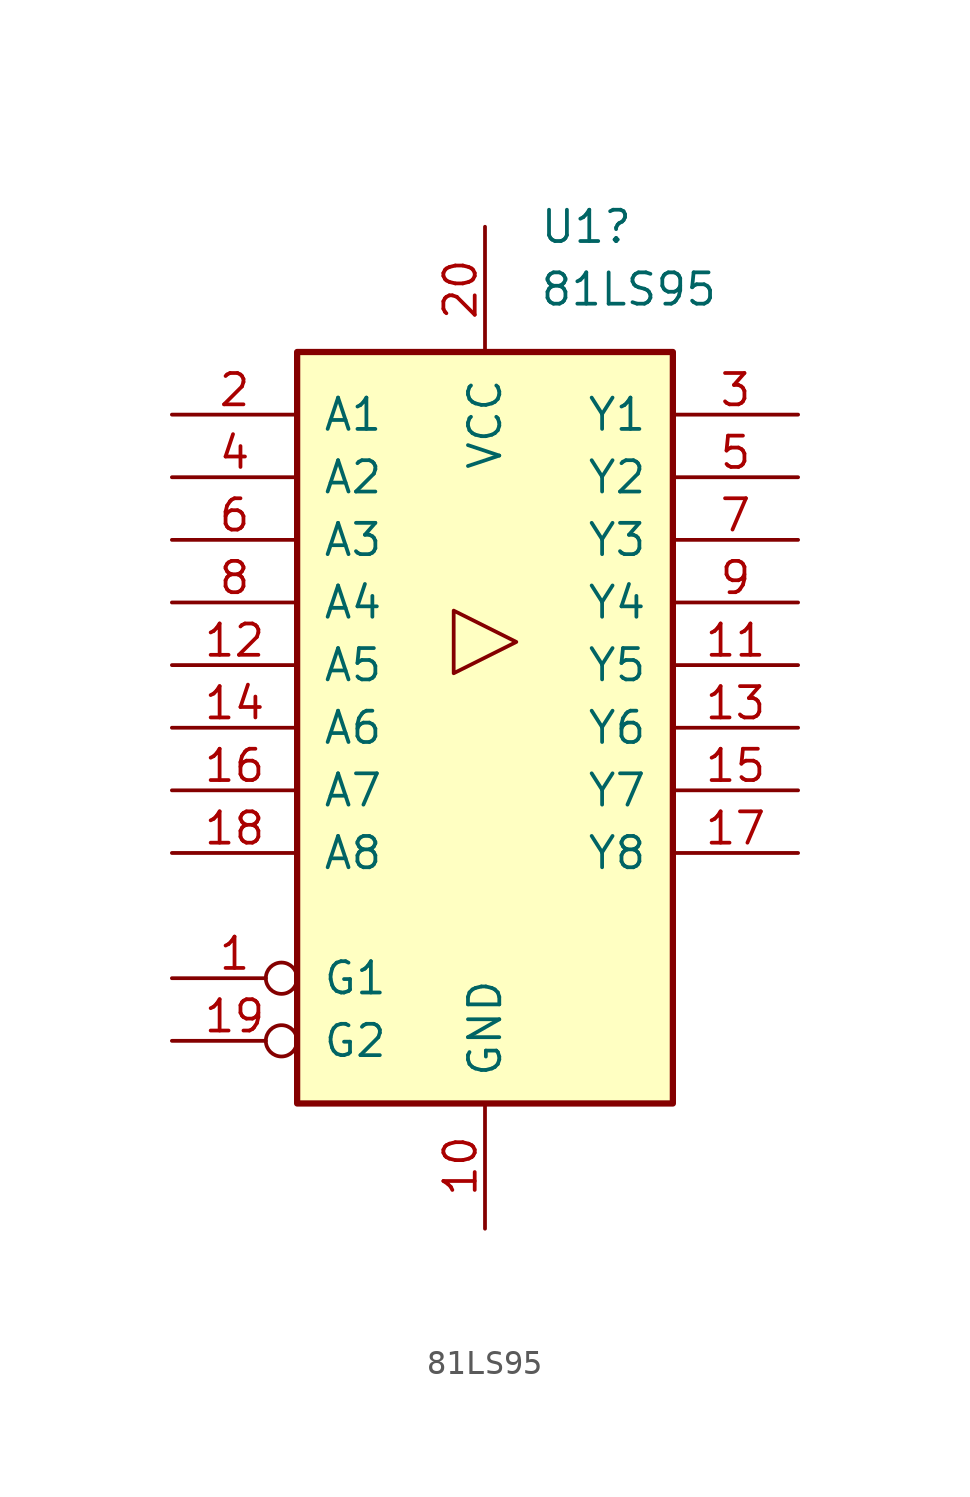
<source format=kicad_sym>
(kicad_symbol_lib
  (version 20220914)
  (generator kicad_symbol_editor)
  (symbol "81LS95"
    (pin_names
      (offset 1.016))
    (property "Reference" "U1"
      (at 2.194 20.32 0)
      (effects (font (size 1.27 1.27)) (justify left)))
    (property "Value" "81LS95"
      (at 2.194 17.78 0)
      (effects (font (size 1.27 1.27)) (justify left)))
    (property "ki_locked" ""
      (at 0 0 0)
      (effects (font (size 1.27 1.27))))
    (symbol "81LS95_1_0"
      (polyline (pts (xy 1.27 3.48) (xy -1.27 4.75) (xy -1.27 2.21) (xy 1.27 3.48)) (stroke (width 0.152) (type default)) (fill (type none)))
      (pin input inverted (at -12.7 -10.16 0) (length 5.08) (name "G1" (effects (font (size 1.27 1.27)))) (number "1" (effects (font (size 1.27 1.27)))))
      (pin power_in line (at 0 -20.32 90) (length 5.08) (name "GND" (effects (font (size 1.27 1.27)))) (number "10" (effects (font (size 1.27 1.27)))))
      (pin tri_state line (at 12.7 2.54 180) (length 5.08) (name "Y5" (effects (font (size 1.27 1.27)))) (number "11" (effects (font (size 1.27 1.27)))))
      (pin input line (at -12.7 2.54 0) (length 5.08) (name "A5" (effects (font (size 1.27 1.27)))) (number "12" (effects (font (size 1.27 1.27)))))
      (pin tri_state line (at 12.7 0 180) (length 5.08) (name "Y6" (effects (font (size 1.27 1.27)))) (number "13" (effects (font (size 1.27 1.27)))))
      (pin input line (at -12.7 0 0) (length 5.08) (name "A6" (effects (font (size 1.27 1.27)))) (number "14" (effects (font (size 1.27 1.27)))))
      (pin tri_state line (at 12.7 -2.54 180) (length 5.08) (name "Y7" (effects (font (size 1.27 1.27)))) (number "15" (effects (font (size 1.27 1.27)))))
      (pin input line (at -12.7 -2.54 0) (length 5.08) (name "A7" (effects (font (size 1.27 1.27)))) (number "16" (effects (font (size 1.27 1.27)))))
      (pin tri_state line (at 12.7 -5.08 180) (length 5.08) (name "Y8" (effects (font (size 1.27 1.27)))) (number "17" (effects (font (size 1.27 1.27)))))
      (pin input line (at -12.7 -5.08 0) (length 5.08) (name "A8" (effects (font (size 1.27 1.27)))) (number "18" (effects (font (size 1.27 1.27)))))
      (pin input inverted (at -12.7 -12.7 0) (length 5.08) (name "G2" (effects (font (size 1.27 1.27)))) (number "19" (effects (font (size 1.27 1.27)))))
      (pin input line (at -12.7 12.7 0) (length 5.08) (name "A1" (effects (font (size 1.27 1.27)))) (number "2" (effects (font (size 1.27 1.27)))))
      (pin power_in line (at 0 20.32 270) (length 5.08) (name "VCC" (effects (font (size 1.27 1.27)))) (number "20" (effects (font (size 1.27 1.27)))))
      (pin tri_state line (at 12.7 12.7 180) (length 5.08) (name "Y1" (effects (font (size 1.27 1.27)))) (number "3" (effects (font (size 1.27 1.27)))))
      (pin input line (at -12.7 10.16 0) (length 5.08) (name "A2" (effects (font (size 1.27 1.27)))) (number "4" (effects (font (size 1.27 1.27)))))
      (pin tri_state line (at 12.7 10.16 180) (length 5.08) (name "Y2" (effects (font (size 1.27 1.27)))) (number "5" (effects (font (size 1.27 1.27)))))
      (pin input line (at -12.7 7.62 0) (length 5.08) (name "A3" (effects (font (size 1.27 1.27)))) (number "6" (effects (font (size 1.27 1.27)))))
      (pin tri_state line (at 12.7 7.62 180) (length 5.08) (name "Y3" (effects (font (size 1.27 1.27)))) (number "7" (effects (font (size 1.27 1.27)))))
      (pin input line (at -12.7 5.08 0) (length 5.08) (name "A4" (effects (font (size 1.27 1.27)))) (number "8" (effects (font (size 1.27 1.27)))))
      (pin tri_state line (at 12.7 5.08 180) (length 5.08) (name "Y4" (effects (font (size 1.27 1.27)))) (number "9" (effects (font (size 1.27 1.27))))))
    (symbol "81LS95_1_1"
      (rectangle (start -7.62 15.24) (end 7.62 -15.24) (stroke (width 0.254) (type default)) (fill (type background))))))
</source>
